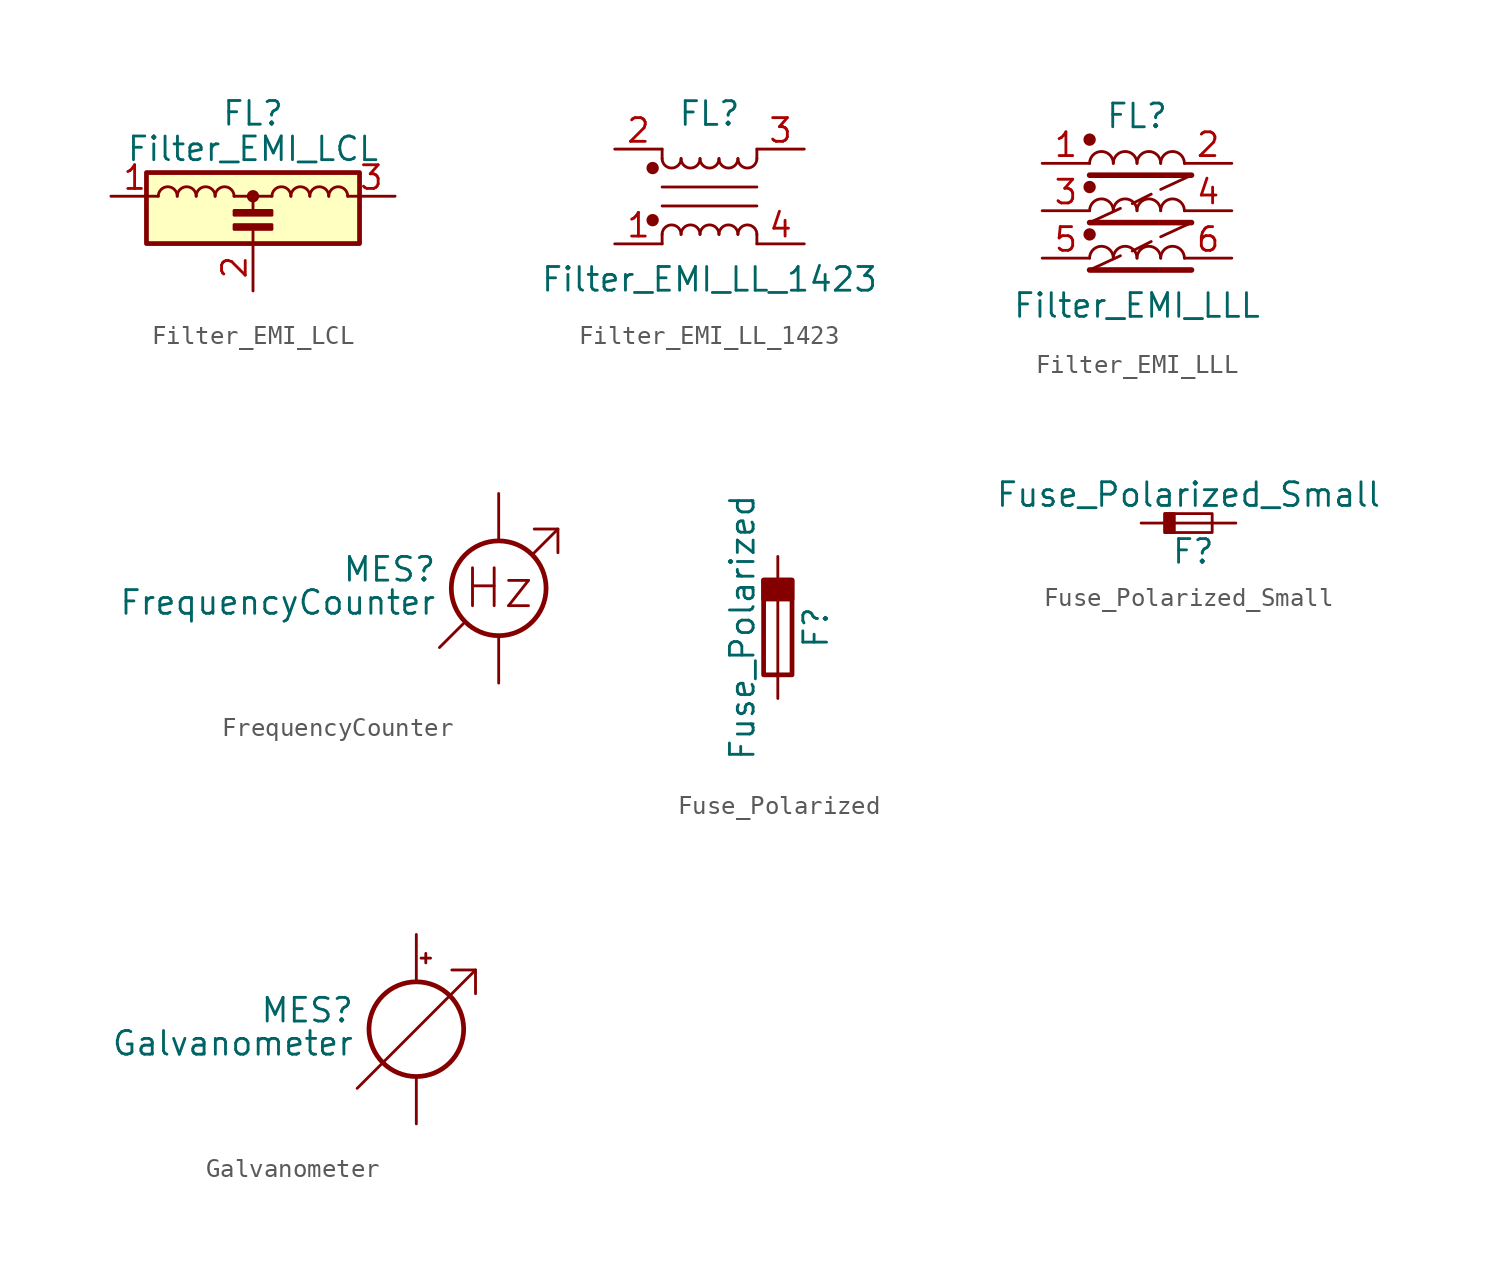
<source format=kicad_sym>
(kicad_symbol_lib
  (version 20241209)
  (generator "kicad_symbol_editor")
  (generator_version "9.0")
  (symbol "Filter_EMI_LCL"
    (pin_names
      (offset 0.254)
      (hide yes))
    (property "Reference" "FL"
      (at 0 6.985 0)
      (effects (font (size 1.27 1.27))))
    (property "Value" "Filter_EMI_LCL"
      (at 0 5.08 0)
      (effects (font (size 1.27 1.27))))
    (symbol "Filter_EMI_LCL_0_1"
      (rectangle (start -5.715 3.81) (end 5.715 0) (stroke (width 0.254) (type default)) (fill (type background)))
      (arc (start -5.08 2.54) (mid -4.572 3.0458) (end -4.064 2.54) (stroke (width 0) (type default)) (fill (type none)))
      (arc (start -4.064 2.54) (mid -3.556 3.0458) (end -3.048 2.54) (stroke (width 0) (type default)) (fill (type none)))
      (arc (start -3.048 2.54) (mid -2.54 3.0458) (end -2.032 2.54) (stroke (width 0) (type default)) (fill (type none)))
      (arc (start -2.032 2.54) (mid -1.524 3.0458) (end -1.016 2.54) (stroke (width 0) (type default)) (fill (type none)))
      (polyline (pts (xy -1.016 2.54) (xy 1.016 2.54)) (stroke (width 0) (type default)) (fill (type none)))
      (rectangle (start -1.016 0.762) (end 1.016 1.016) (stroke (width 0) (type default)) (fill (type outline)))
      (circle (center 0 2.54) (radius 0.254) (stroke (width 0) (type default)) (fill (type outline)))
      (polyline (pts (xy 0 2.54) (xy 0 1.778)) (stroke (width 0) (type default)) (fill (type none)))
      (polyline (pts (xy 0 0.762) (xy 0 0)) (stroke (width 0) (type default)) (fill (type none)))
      (rectangle (start 1.016 1.524) (end -1.016 1.778) (stroke (width 0) (type default)) (fill (type outline)))
      (arc (start 1.016 2.54) (mid 1.524 3.0458) (end 2.032 2.54) (stroke (width 0) (type default)) (fill (type none)))
      (arc (start 2.032 2.54) (mid 2.54 3.0458) (end 3.048 2.54) (stroke (width 0) (type default)) (fill (type none)))
      (arc (start 3.048 2.54) (mid 3.556 3.0458) (end 4.064 2.54) (stroke (width 0) (type default)) (fill (type none)))
      (arc (start 4.064 2.54) (mid 4.572 3.0458) (end 5.08 2.54) (stroke (width 0) (type default)) (fill (type none))))
    (symbol "Filter_EMI_LCL_1_1"
      (pin passive line (at -7.62 2.54 0) (length 2.54) (name "1" (effects (font (size 1.27 1.27)))) (number "1" (effects (font (size 1.27 1.27)))))
      (pin passive line (at 0 -2.54 90) (length 2.54) (name "2" (effects (font (size 1.27 1.27)))) (number "2" (effects (font (size 1.27 1.27)))))
      (pin passive line (at 7.62 2.54 180) (length 2.54) (name "3" (effects (font (size 1.27 1.27)))) (number "3" (effects (font (size 1.27 1.27)))))))
  (symbol "Filter_EMI_LL_1423"
    (pin_names
      (hide yes))
    (property "Reference" "FL"
      (at 0 4.445 0)
      (effects (font (size 1.27 1.27))))
    (property "Value" "Filter_EMI_LL_1423"
      (at 0 -4.445 0)
      (effects (font (size 1.27 1.27))))
    (symbol "Filter_EMI_LL_1423_0_1"
      (circle (center -3.048 1.524) (radius 0.254) (stroke (width 0) (type default)) (fill (type outline)))
      (circle (center -3.048 -1.27) (radius 0.254) (stroke (width 0) (type default)) (fill (type outline)))
      (polyline (pts (xy -2.54 2.032) (xy -2.54 2.54)) (stroke (width 0) (type default)) (fill (type none)))
      (polyline (pts (xy -2.54 0.508) (xy 2.54 0.508)) (stroke (width 0) (type default)) (fill (type none)))
      (polyline (pts (xy -2.54 -2.032) (xy -2.54 -2.54)) (stroke (width 0) (type default)) (fill (type none)))
      (arc (start -1.524 2.032) (mid -2.032 1.5262) (end -2.54 2.032) (stroke (width 0) (type default)) (fill (type none)))
      (arc (start -2.54 -2.032) (mid -2.032 -1.5262) (end -1.524 -2.032) (stroke (width 0) (type default)) (fill (type none)))
      (arc (start -0.508 2.032) (mid -1.016 1.5262) (end -1.524 2.032) (stroke (width 0) (type default)) (fill (type none)))
      (arc (start -1.524 -2.032) (mid -1.016 -1.5262) (end -0.508 -2.032) (stroke (width 0) (type default)) (fill (type none)))
      (arc (start 0.508 2.032) (mid 0 1.5262) (end -0.508 2.032) (stroke (width 0) (type default)) (fill (type none)))
      (arc (start -0.508 -2.032) (mid 0 -1.5262) (end 0.508 -2.032) (stroke (width 0) (type default)) (fill (type none)))
      (arc (start 1.524 2.032) (mid 1.016 1.5262) (end 0.508 2.032) (stroke (width 0) (type default)) (fill (type none)))
      (arc (start 0.508 -2.032) (mid 1.016 -1.5262) (end 1.524 -2.032) (stroke (width 0) (type default)) (fill (type none)))
      (arc (start 2.54 2.032) (mid 2.032 1.5262) (end 1.524 2.032) (stroke (width 0) (type default)) (fill (type none)))
      (arc (start 1.524 -2.032) (mid 2.032 -1.5262) (end 2.54 -2.032) (stroke (width 0) (type default)) (fill (type none)))
      (polyline (pts (xy 2.54 2.54) (xy 2.54 2.032)) (stroke (width 0) (type default)) (fill (type none)))
      (polyline (pts (xy 2.54 -0.508) (xy -2.54 -0.508)) (stroke (width 0) (type default)) (fill (type none)))
      (polyline (pts (xy 2.54 -2.032) (xy 2.54 -2.54)) (stroke (width 0) (type default)) (fill (type none))))
    (symbol "Filter_EMI_LL_1423_1_1"
      (pin passive line (at -5.08 2.54 0) (length 2.54) (name "2" (effects (font (size 1.27 1.27)))) (number "2" (effects (font (size 1.27 1.27)))))
      (pin passive line (at -5.08 -2.54 0) (length 2.54) (name "1" (effects (font (size 1.27 1.27)))) (number "1" (effects (font (size 1.27 1.27)))))
      (pin passive line (at 5.08 2.54 180) (length 2.54) (name "3" (effects (font (size 1.27 1.27)))) (number "3" (effects (font (size 1.27 1.27)))))
      (pin passive line (at 5.08 -2.54 180) (length 2.54) (name "4" (effects (font (size 1.27 1.27)))) (number "4" (effects (font (size 1.27 1.27)))))))
  (symbol "Filter_EMI_LLL"
    (pin_names
      (hide yes))
    (property "Reference" "FL"
      (at 0 5.08 0)
      (effects (font (size 1.27 1.27))))
    (property "Value" "Filter_EMI_LLL"
      (at 0 -5.08 0)
      (effects (font (size 1.27 1.27))))
    (symbol "Filter_EMI_LLL_0_1"
      (circle (center -2.54 3.81) (radius 0.254) (stroke (width 0) (type default)) (fill (type outline)))
      (polyline (pts (xy -2.54 1.905) (xy 2.921 1.905)) (stroke (width 0.3) (type default)) (fill (type none)))
      (circle (center -2.54 1.27) (radius 0.254) (stroke (width 0) (type default)) (fill (type outline)))
      (polyline (pts (xy -2.54 -0.635) (xy 2.921 -0.635)) (stroke (width 0.3) (type default)) (fill (type none)))
      (circle (center -2.54 -1.27) (radius 0.254) (stroke (width 0) (type default)) (fill (type outline)))
      (polyline (pts (xy -2.54 -3.175) (xy 2.921 -3.175)) (stroke (width 0.3) (type default)) (fill (type none)))
      (arc (start -2.54 2.54) (mid -1.905 3.1723) (end -1.27 2.54) (stroke (width 0) (type default)) (fill (type none)))
      (arc (start -2.54 0) (mid -1.905 0.6323) (end -1.27 0) (stroke (width 0) (type default)) (fill (type none)))
      (arc (start -2.54 -2.54) (mid -1.905 -1.9077) (end -1.27 -2.54) (stroke (width 0) (type default)) (fill (type none)))
      (polyline (pts (xy -0.889 0.127) (xy -2.54 -0.635)) (stroke (width 0.152) (type default)) (fill (type none)))
      (polyline (pts (xy -0.889 -2.413) (xy -2.54 -3.175)) (stroke (width 0.152) (type default)) (fill (type none)))
      (arc (start -1.27 2.54) (mid -0.635 3.1723) (end 0 2.54) (stroke (width 0) (type default)) (fill (type none)))
      (arc (start -1.27 0) (mid -0.635 0.6323) (end 0 0) (stroke (width 0) (type default)) (fill (type none)))
      (arc (start -1.27 -2.54) (mid -0.635 -1.9077) (end 0 -2.54) (stroke (width 0) (type default)) (fill (type none)))
      (arc (start 0 2.54) (mid 0.635 3.1723) (end 1.27 2.54) (stroke (width 0) (type default)) (fill (type none)))
      (arc (start 0 0) (mid 0.635 0.6323) (end 1.27 0) (stroke (width 0) (type default)) (fill (type none)))
      (arc (start 0 -2.54) (mid 0.635 -1.9077) (end 1.27 -2.54) (stroke (width 0) (type default)) (fill (type none)))
      (polyline (pts (xy 0.762 0.889) (xy -0.254 0.381)) (stroke (width 0.152) (type default)) (fill (type none)))
      (polyline (pts (xy 0.762 -1.651) (xy -0.254 -2.159)) (stroke (width 0.152) (type default)) (fill (type none)))
      (arc (start 1.27 2.54) (mid 1.905 3.1723) (end 2.54 2.54) (stroke (width 0) (type default)) (fill (type none)))
      (arc (start 1.27 0) (mid 1.905 0.6323) (end 2.54 0) (stroke (width 0) (type default)) (fill (type none)))
      (arc (start 1.27 -2.54) (mid 1.905 -1.9077) (end 2.54 -2.54) (stroke (width 0) (type default)) (fill (type none)))
      (polyline (pts (xy 2.921 1.905) (xy 1.27 1.143)) (stroke (width 0.152) (type default)) (fill (type none)))
      (polyline (pts (xy 2.921 -0.635) (xy 1.27 -1.397)) (stroke (width 0.152) (type default)) (fill (type none))))
    (symbol "Filter_EMI_LLL_1_1"
      (pin passive line (at -5.08 2.54 0) (length 2.54) (name "1" (effects (font (size 1.27 1.27)))) (number "1" (effects (font (size 1.27 1.27)))))
      (pin passive line (at -5.08 0 0) (length 2.54) (name "3" (effects (font (size 1.27 1.27)))) (number "3" (effects (font (size 1.27 1.27)))))
      (pin passive line (at -5.08 -2.54 0) (length 2.54) (name "5" (effects (font (size 1.27 1.27)))) (number "5" (effects (font (size 1.27 1.27)))))
      (pin passive line (at 5.08 2.54 180) (length 2.54) (name "2" (effects (font (size 1.27 1.27)))) (number "2" (effects (font (size 1.27 1.27)))))
      (pin passive line (at 5.08 0 180) (length 2.54) (name "4" (effects (font (size 1.27 1.27)))) (number "4" (effects (font (size 1.27 1.27)))))
      (pin passive line (at 5.08 -2.54 180) (length 2.54) (name "6" (effects (font (size 1.27 1.27)))) (number "6" (effects (font (size 1.27 1.27)))))))
  (symbol "FrequencyCounter"
    (pin_numbers
      (hide yes))
    (pin_names
      (offset 0.025)
      (hide yes))
    (property "Reference" "MES"
      (at -3.302 1.016 0)
      (effects (font (size 1.27 1.27)) (justify right)))
    (property "Value" "FrequencyCounter"
      (at -3.302 -0.762 0)
      (effects (font (size 1.27 1.27)) (justify right)))
    (symbol "FrequencyCounter_0_0"
      (polyline (pts (xy -3.175 -3.175) (xy -1.905 -1.905)) (stroke (width 0) (type default)) (fill (type none)))
      (polyline (pts (xy 1.905 3.175) (xy 3.175 3.175) (xy 3.175 1.905)) (stroke (width 0) (type default)) (fill (type none)))
      (polyline (pts (xy 1.905 1.905) (xy 3.175 3.175)) (stroke (width 0) (type default)) (fill (type none)))
      (text "Hz" (at 0 0 0) (effects (font (size 2.032 2.032)))))
    (symbol "FrequencyCounter_0_1"
      (circle (center 0 0) (radius 2.54) (stroke (width 0.254) (type default)) (fill (type none))))
    (symbol "FrequencyCounter_1_1"
      (pin passive line (at 0 5.08 270) (length 2.54) (name "+" (effects (font (size 1.27 1.27)))) (number "2" (effects (font (size 1.27 1.27)))))
      (pin passive line (at 0 -5.08 90) (length 2.54) (name "-" (effects (font (size 1.27 1.27)))) (number "1" (effects (font (size 1.27 1.27)))))))
  (symbol "Fuse_Polarized"
    (pin_numbers
      (hide yes))
    (pin_names
      (offset 0))
    (property "Reference" "F"
      (at 2.032 0 90)
      (effects (font (size 1.27 1.27))))
    (property "Value" "Fuse_Polarized"
      (at -1.905 0 90)
      (effects (font (size 1.27 1.27))))
    (symbol "Fuse_Polarized_0_1"
      (rectangle (start -0.762 2.54) (end 0.762 1.524) (stroke (width 0.254) (type default)) (fill (type outline)))
      (rectangle (start -0.762 -2.54) (end 0.762 2.54) (stroke (width 0.254) (type default)) (fill (type none)))
      (polyline (pts (xy 0 2.54) (xy 0 -2.54)) (stroke (width 0) (type default)) (fill (type none))))
    (symbol "Fuse_Polarized_1_1"
      (pin power_in line (at 0 3.81 270) (length 1.27) (name "~" (effects (font (size 1.27 1.27)))) (number "1" (effects (font (size 1.27 1.27)))))
      (pin power_out line (at 0 -3.81 90) (length 1.27) (name "~" (effects (font (size 1.27 1.27)))) (number "2" (effects (font (size 1.27 1.27)))))))
  (symbol "Fuse_Polarized_Small"
    (pin_numbers
      (hide yes))
    (pin_names
      (offset 0.254)
      (hide yes))
    (property "Reference" "F"
      (at 0.254 -1.524 0)
      (effects (font (size 1.27 1.27))))
    (property "Value" "Fuse_Polarized_Small"
      (at 0 1.524 0)
      (effects (font (size 1.27 1.27))))
    (symbol "Fuse_Polarized_Small_0_1"
      (rectangle (start -1.27 0.508) (end -0.762 -0.508) (stroke (width 0) (type default)) (fill (type outline)))
      (rectangle (start -1.27 0.508) (end 1.27 -0.508) (stroke (width 0) (type default)) (fill (type none)))
      (polyline (pts (xy -1.27 0) (xy 1.27 0)) (stroke (width 0) (type default)) (fill (type none))))
    (symbol "Fuse_Polarized_Small_1_1"
      (pin power_in line (at -2.54 0 0) (length 1.27) (name "~" (effects (font (size 1.27 1.27)))) (number "1" (effects (font (size 1.27 1.27)))))
      (pin power_out line (at 2.54 0 180) (length 1.27) (name "~" (effects (font (size 1.27 1.27)))) (number "2" (effects (font (size 1.27 1.27)))))))
  (symbol "Galvanometer"
    (pin_numbers
      (hide yes))
    (pin_names
      (offset 0.025)
      (hide yes))
    (property "Reference" "MES"
      (at -3.302 1.016 0)
      (effects (font (size 1.27 1.27)) (justify right)))
    (property "Value" "Galvanometer"
      (at -3.302 -0.762 0)
      (effects (font (size 1.27 1.27)) (justify right)))
    (symbol "Galvanometer_0_0"
      (polyline (pts (xy -3.175 -3.175) (xy 3.175 3.175)) (stroke (width 0) (type default)) (fill (type none)))
      (polyline (pts (xy 1.905 3.175) (xy 3.175 3.175) (xy 3.175 1.905)) (stroke (width 0) (type default)) (fill (type none))))
    (symbol "Galvanometer_0_1"
      (circle (center 0 0) (radius 2.54) (stroke (width 0.254) (type default)) (fill (type none)))
      (polyline (pts (xy 0.254 3.81) (xy 0.762 3.81)) (stroke (width 0) (type default)) (fill (type none)))
      (polyline (pts (xy 0.508 4.064) (xy 0.508 3.556)) (stroke (width 0) (type default)) (fill (type none))))
    (symbol "Galvanometer_1_1"
      (pin passive line (at 0 5.08 270) (length 2.54) (name "+" (effects (font (size 1.27 1.27)))) (number "2" (effects (font (size 1.27 1.27)))))
      (pin passive line (at 0 -5.08 90) (length 2.54) (name "-" (effects (font (size 1.27 1.27)))) (number "1" (effects (font (size 1.27 1.27))))))))
</source>
